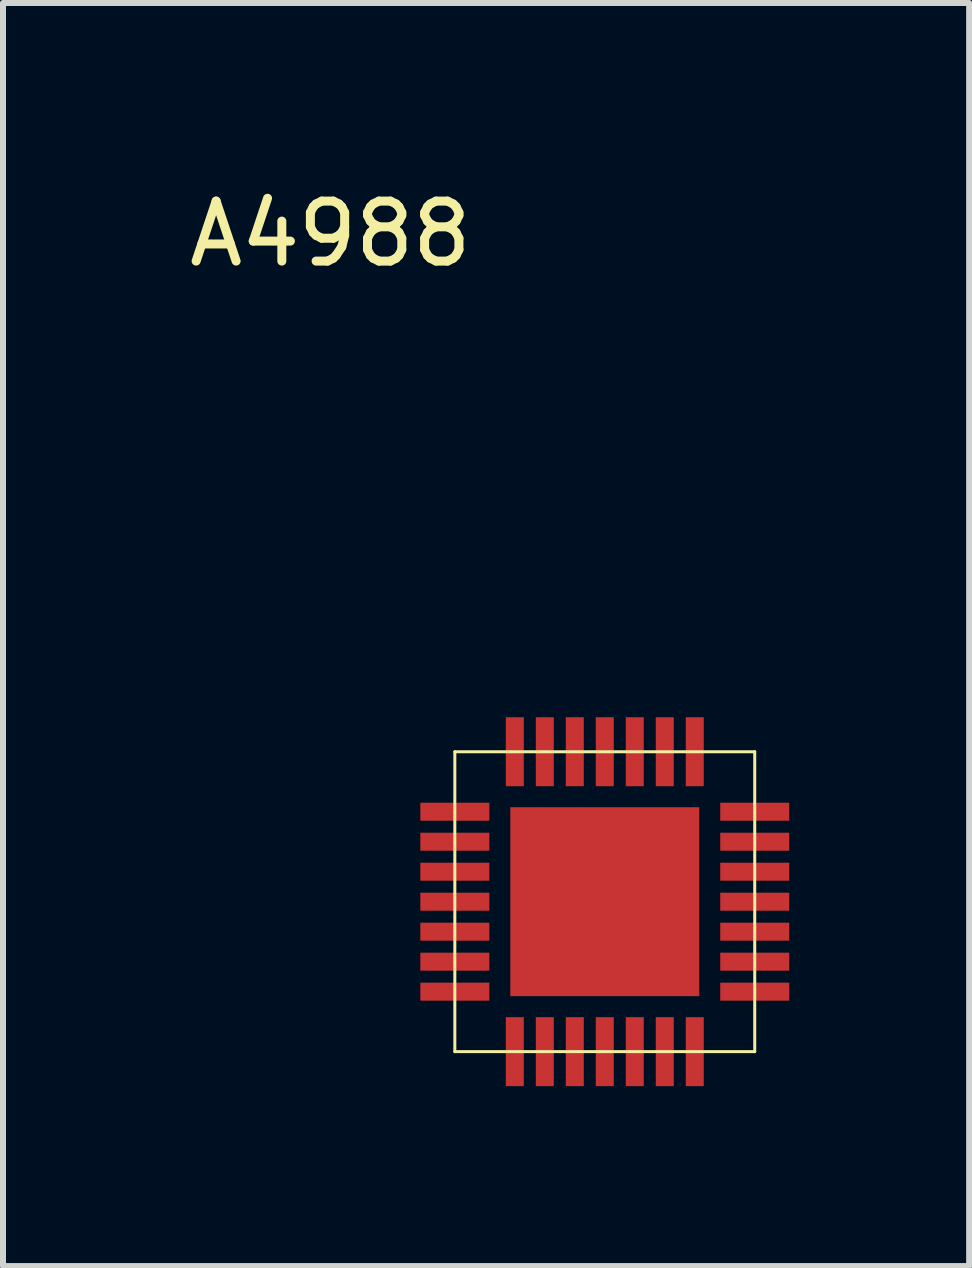
<source format=kicad_pcb>
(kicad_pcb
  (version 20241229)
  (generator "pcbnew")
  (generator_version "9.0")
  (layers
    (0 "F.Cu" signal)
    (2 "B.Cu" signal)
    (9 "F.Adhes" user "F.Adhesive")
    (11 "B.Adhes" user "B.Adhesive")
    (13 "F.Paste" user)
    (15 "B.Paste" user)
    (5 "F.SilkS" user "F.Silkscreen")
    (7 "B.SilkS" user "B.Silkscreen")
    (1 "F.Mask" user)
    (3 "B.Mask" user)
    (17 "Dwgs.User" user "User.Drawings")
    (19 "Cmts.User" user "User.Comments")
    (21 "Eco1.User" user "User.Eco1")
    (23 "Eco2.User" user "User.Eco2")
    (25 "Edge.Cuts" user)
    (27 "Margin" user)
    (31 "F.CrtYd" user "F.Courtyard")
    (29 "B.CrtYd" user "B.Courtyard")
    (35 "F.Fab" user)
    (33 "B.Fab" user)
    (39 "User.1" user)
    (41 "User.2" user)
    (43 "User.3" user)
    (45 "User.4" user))
  (footprint "A4988"
    (layer "F.Cu")
    (at 7.033 11.983)
    (property "Reference" "A4988" (at -4.575 -11.135 0) (layer "F.SilkS") (effects (font (size 1 1) (thickness 0.15))))
    (attr through_hole)
    (fp_line (start -2.5 -2.5) (end 2.5 -2.5) (stroke (width 0.05) (type default)) (layer "F.SilkS"))
    (fp_line (start -2.5 2.5) (end -2.5 -2.5) (stroke (width 0.05) (type default)) (layer "F.SilkS"))
    (fp_line (start 2.5 -2.5) (end 2.5 2.5) (stroke (width 0.05) (type default)) (layer "F.SilkS"))
    (fp_line (start 2.5 2.5) (end -2.5 2.5) (stroke (width 0.05) (type default)) (layer "F.SilkS"))
    (pad "1" smd rect (at -2.5 -1.5 90) (size 0.3 1.15) (layers "F.Cu" "F.Mask" "F.Paste"))
    (pad "2" smd rect (at -2.5 -1 90) (size 0.3 1.15) (layers "F.Cu" "F.Mask" "F.Paste"))
    (pad "3" smd rect (at -2.5 -0.5 90) (size 0.3 1.15) (layers "F.Cu" "F.Mask" "F.Paste"))
    (pad "4" smd rect (at -2.5 0 90) (size 0.3 1.15) (layers "F.Cu" "F.Mask" "F.Paste"))
    (pad "5" smd rect (at -2.5 0.5 90) (size 0.3 1.15) (layers "F.Cu" "F.Mask" "F.Paste"))
    (pad "6" smd rect (at -2.5 1 90) (size 0.3 1.15) (layers "F.Cu" "F.Mask" "F.Paste"))
    (pad "7" smd rect (at -2.5 1.5 90) (size 0.3 1.15) (layers "F.Cu" "F.Mask" "F.Paste"))
    (pad "8" smd rect (at -1.5 2.5 180) (size 0.3 1.15) (layers "F.Cu" "F.Mask" "F.Paste"))
    (pad "9" smd rect (at -1 2.5 180) (size 0.3 1.15) (layers "F.Cu" "F.Mask" "F.Paste"))
    (pad "10" smd rect (at -0.5 2.5 180) (size 0.3 1.15) (layers "F.Cu" "F.Mask" "F.Paste"))
    (pad "11" smd rect (at 0 2.5 180) (size 0.3 1.15) (layers "F.Cu" "F.Mask" "F.Paste"))
    (pad "12" smd rect (at 0.5 2.5 180) (size 0.3 1.15) (layers "F.Cu" "F.Mask" "F.Paste"))
    (pad "13" smd rect (at 1 2.5 180) (size 0.3 1.15) (layers "F.Cu" "F.Mask" "F.Paste"))
    (pad "14" smd rect (at 1.5 2.5 180) (size 0.3 1.15) (layers "F.Cu" "F.Mask" "F.Paste"))
    (pad "15" smd rect (at 2.5 1.5 90) (size 0.3 1.15) (layers "F.Cu" "F.Mask" "F.Paste"))
    (pad "16" smd rect (at 2.5 1 90) (size 0.3 1.15) (layers "F.Cu" "F.Mask" "F.Paste"))
    (pad "17" smd rect (at 2.5 0.5 90) (size 0.3 1.15) (layers "F.Cu" "F.Mask" "F.Paste"))
    (pad "18" smd rect (at 2.5 0 90) (size 0.3 1.15) (layers "F.Cu" "F.Mask" "F.Paste"))
    (pad "19" smd rect (at 2.5 -0.5 90) (size 0.3 1.15) (layers "F.Cu" "F.Mask" "F.Paste"))
    (pad "20" smd rect (at 2.5 -1 90) (size 0.3 1.15) (layers "F.Cu" "F.Mask" "F.Paste"))
    (pad "21" smd rect (at 2.5 -1.5 90) (size 0.3 1.15) (layers "F.Cu" "F.Mask" "F.Paste"))
    (pad "22" smd rect (at 1.5 -2.5 180) (size 0.3 1.15) (layers "F.Cu" "F.Mask" "F.Paste"))
    (pad "23" smd rect (at 1 -2.5 180) (size 0.3 1.15) (layers "F.Cu" "F.Mask" "F.Paste"))
    (pad "24" smd rect (at 0.5 -2.5 180) (size 0.3 1.15) (layers "F.Cu" "F.Mask" "F.Paste"))
    (pad "25" smd rect (at 0 -2.5 180) (size 0.3 1.15) (layers "F.Cu" "F.Mask" "F.Paste"))
    (pad "26" smd rect (at -0.5 -2.5 180) (size 0.3 1.15) (layers "F.Cu" "F.Mask" "F.Paste"))
    (pad "27" smd rect (at -1 -2.5 180) (size 0.3 1.15) (layers "F.Cu" "F.Mask" "F.Paste"))
    (pad "28" smd rect (at -1.5 -2.5 180) (size 0.3 1.15) (layers "F.Cu" "F.Mask" "F.Paste"))
    (pad "29" smd rect (at 0 0) (size 3.15 3.15) (layers "F.Cu" "F.Mask" "F.Paste")))
  (gr_rect
    (start -3 -3)
    (end 13.108 18.058)
    (stroke (width 0.1) (type default))
    (fill no)
    (layer "Edge.Cuts")))
</source>
